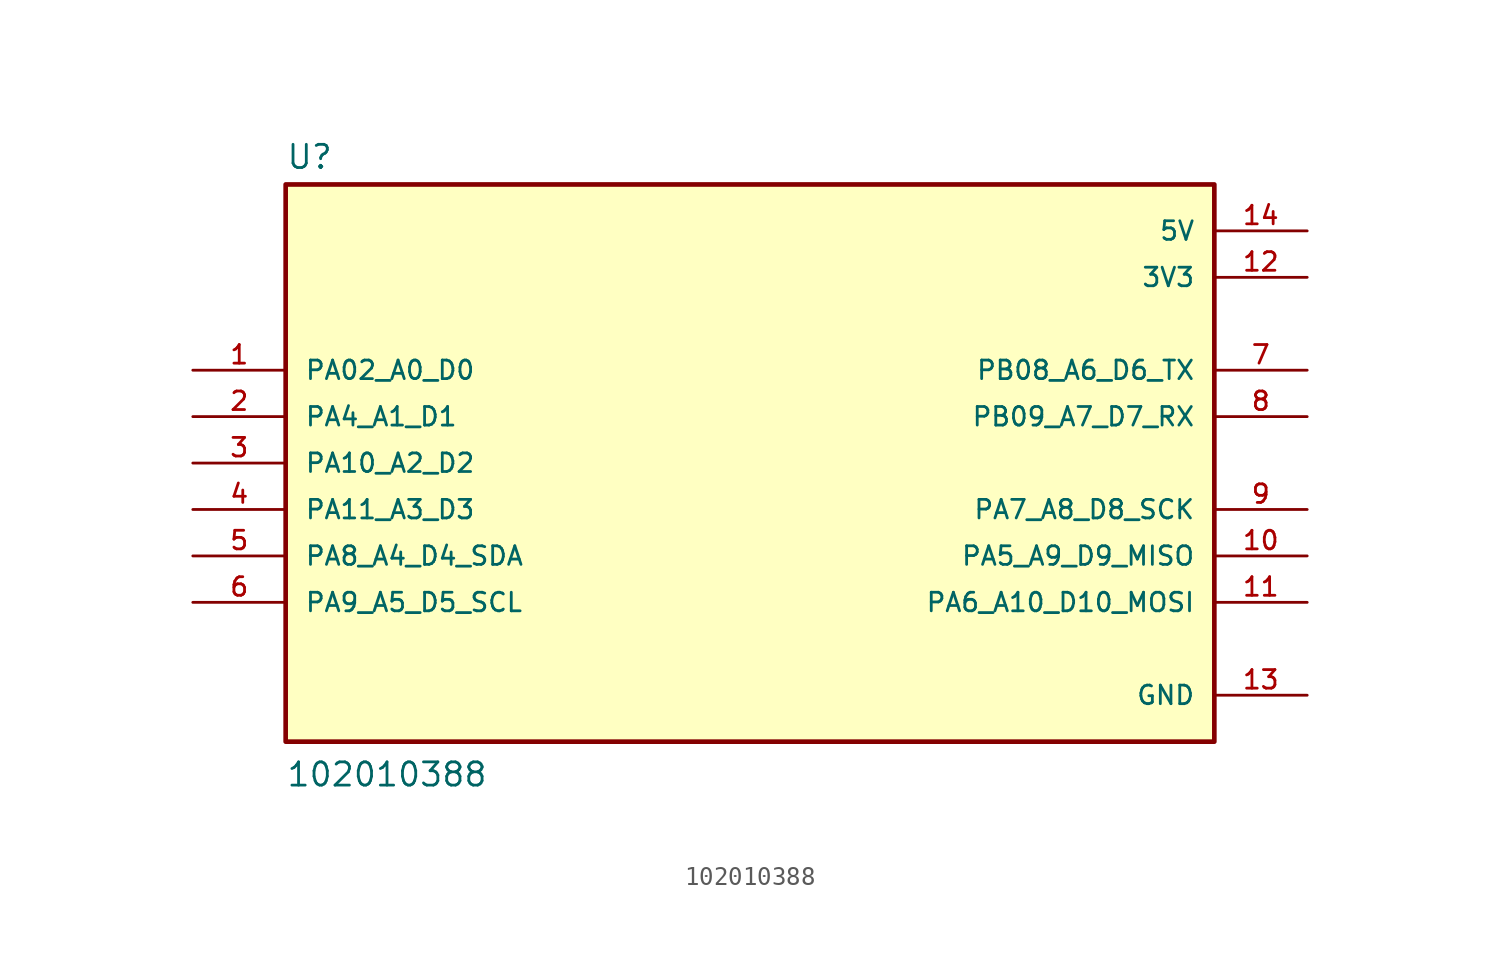
<source format=kicad_sym>
(kicad_symbol_lib
  (version 20231120)
  (generator "kicad_symbol_editor")
  (generator_version "8.0")
  (symbol "102010388"
    (pin_names
      (offset 1.016))
    (property "Reference" "U"
      (at -25.4 16.002 0)
      (effects (font (size 1.27 1.27)) (justify left bottom)))
    (property "Value" "102010388"
      (at -25.4 -17.78 0)
      (effects (font (size 1.27 1.27)) (justify left bottom)))
    (symbol "102010388_0_0"
      (rectangle (start -25.4 15.24) (end 25.4 -15.24) (stroke (width 0.254) (type default)) (fill (type background)))
      (pin bidirectional line (at -30.48 5.08 0) (length 5.08) (name "PA02_A0_D0" (effects (font (size 1.016 1.016)))) (number "1" (effects (font (size 1.016 1.016)))))
      (pin bidirectional line (at 30.48 -5.08 180) (length 5.08) (name "PA5_A9_D9_MISO" (effects (font (size 1.016 1.016)))) (number "10" (effects (font (size 1.016 1.016)))))
      (pin bidirectional line (at 30.48 -7.62 180) (length 5.08) (name "PA6_A10_D10_MOSI" (effects (font (size 1.016 1.016)))) (number "11" (effects (font (size 1.016 1.016)))))
      (pin power_in line (at 30.48 10.16 180) (length 5.08) (name "3V3" (effects (font (size 1.016 1.016)))) (number "12" (effects (font (size 1.016 1.016)))))
      (pin power_in line (at 30.48 -12.7 180) (length 5.08) (name "GND" (effects (font (size 1.016 1.016)))) (number "13" (effects (font (size 1.016 1.016)))))
      (pin power_in line (at 30.48 12.7 180) (length 5.08) (name "5V" (effects (font (size 1.016 1.016)))) (number "14" (effects (font (size 1.016 1.016)))))
      (pin bidirectional line (at -30.48 2.54 0) (length 5.08) (name "PA4_A1_D1" (effects (font (size 1.016 1.016)))) (number "2" (effects (font (size 1.016 1.016)))))
      (pin bidirectional line (at -30.48 0 0) (length 5.08) (name "PA10_A2_D2" (effects (font (size 1.016 1.016)))) (number "3" (effects (font (size 1.016 1.016)))))
      (pin bidirectional line (at -30.48 -2.54 0) (length 5.08) (name "PA11_A3_D3" (effects (font (size 1.016 1.016)))) (number "4" (effects (font (size 1.016 1.016)))))
      (pin bidirectional line (at -30.48 -5.08 0) (length 5.08) (name "PA8_A4_D4_SDA" (effects (font (size 1.016 1.016)))) (number "5" (effects (font (size 1.016 1.016)))))
      (pin bidirectional line (at -30.48 -7.62 0) (length 5.08) (name "PA9_A5_D5_SCL" (effects (font (size 1.016 1.016)))) (number "6" (effects (font (size 1.016 1.016)))))
      (pin bidirectional line (at 30.48 5.08 180) (length 5.08) (name "PB08_A6_D6_TX" (effects (font (size 1.016 1.016)))) (number "7" (effects (font (size 1.016 1.016)))))
      (pin bidirectional line (at 30.48 2.54 180) (length 5.08) (name "PB09_A7_D7_RX" (effects (font (size 1.016 1.016)))) (number "8" (effects (font (size 1.016 1.016)))))
      (pin bidirectional line (at 30.48 -2.54 180) (length 5.08) (name "PA7_A8_D8_SCK" (effects (font (size 1.016 1.016)))) (number "9" (effects (font (size 1.016 1.016))))))))
</source>
